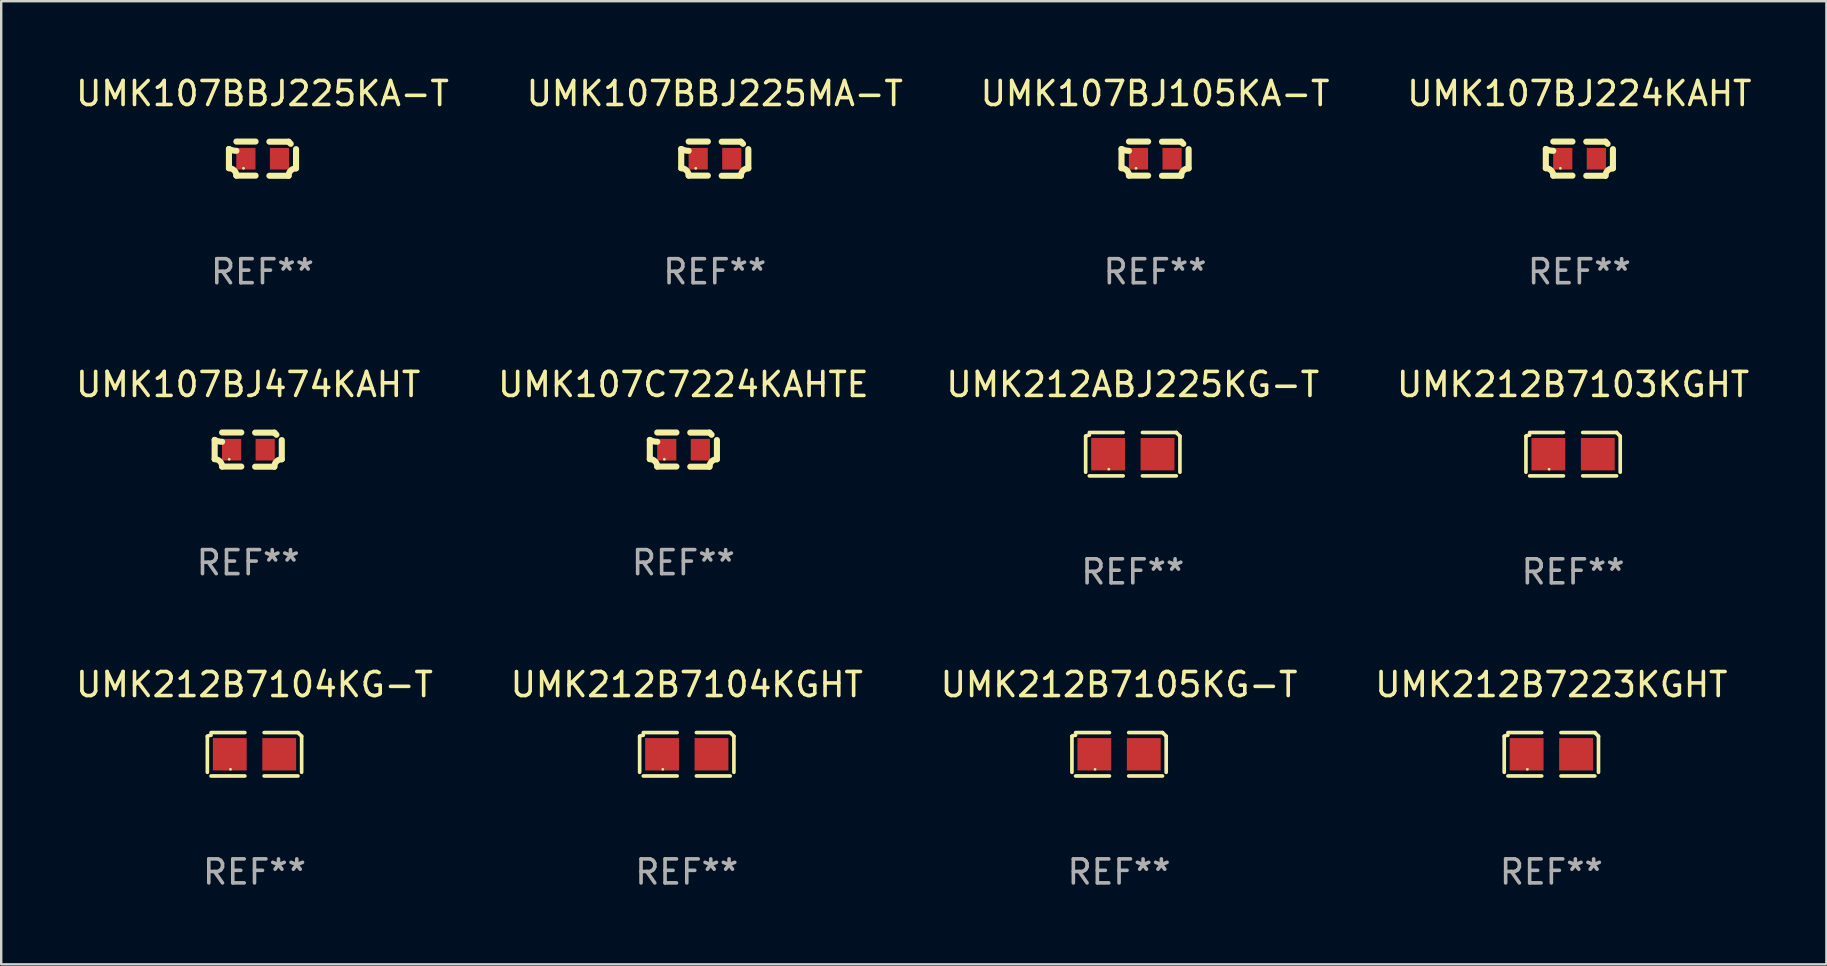
<source format=kicad_pcb>
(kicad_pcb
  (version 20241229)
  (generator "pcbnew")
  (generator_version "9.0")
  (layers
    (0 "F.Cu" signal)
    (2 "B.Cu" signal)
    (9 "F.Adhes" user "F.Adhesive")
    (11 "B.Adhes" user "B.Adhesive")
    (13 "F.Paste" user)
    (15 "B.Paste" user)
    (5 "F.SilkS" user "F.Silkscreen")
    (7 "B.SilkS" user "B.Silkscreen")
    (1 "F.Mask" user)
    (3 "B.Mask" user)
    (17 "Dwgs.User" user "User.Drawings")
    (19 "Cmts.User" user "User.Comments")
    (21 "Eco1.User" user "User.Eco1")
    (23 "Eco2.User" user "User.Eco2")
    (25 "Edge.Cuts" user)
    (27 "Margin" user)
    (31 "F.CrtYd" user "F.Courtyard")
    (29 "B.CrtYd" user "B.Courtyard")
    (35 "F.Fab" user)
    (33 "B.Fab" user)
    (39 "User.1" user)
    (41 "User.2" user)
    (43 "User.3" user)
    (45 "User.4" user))
  (footprint "UMK107C7224KAHTE"
    (layer "F.Cu")
    (at 25.423 15.683)
    (property "Reference" "UMK107C7224KAHTE" (at 0 -2.713 0) (layer "F.SilkS") (effects (font (size 1 1) (thickness 0.15))))
    (attr through_hole)
    (fp_line (start -1.398 -0.403) (end -1.398 0.397) (stroke (width 0.254) (type solid)) (layer "F.SilkS"))
    (fp_line (start -0.288 -0.713) (end -1.088 -0.713) (stroke (width 0.254) (type solid)) (layer "F.SilkS"))
    (fp_line (start -0.288 0.707) (end -1.088 0.707) (stroke (width 0.254) (type solid)) (layer "F.SilkS"))
    (fp_line (start 0.288 -0.707) (end 1.088 -0.707) (stroke (width 0.254) (type solid)) (layer "F.SilkS"))
    (fp_line (start 0.288 0.713) (end 1.088 0.713) (stroke (width 0.254) (type solid)) (layer "F.SilkS"))
    (fp_line (start 1.398 -0.397) (end 1.398 0.403) (stroke (width 0.254) (type solid)) (layer "F.SilkS"))
    (fp_arc (start -1.397789 0.397066) (mid -1.178701 0.487826) (end -1.08796 0.706922) (stroke (width 0.254001) (type solid)) (layer "F.SilkS"))
    (fp_arc (start -1.08796 -0.327176) (mid -1.247436 -0.346384) (end -1.39779 -0.402908) (stroke (width 0.254001) (type solid)) (layer "F.SilkS"))
    (fp_arc (start 1.087909 0.712738) (mid 1.178656 0.493655) (end 1.397739 0.402908) (stroke (width 0.254001) (type solid)) (layer "F.SilkS"))
    (fp_arc (start 1.175925 -0.618926) (mid 1.131917 -0.662923) (end 1.08791 -0.706922) (stroke (width 0.254001) (type solid)) (layer "F.SilkS"))
    (fp_circle (center -0.792 0.403) (end -0.762 0.403) (stroke (width 0.06) (type solid)) (fill no) (layer "F.SilkS"))
    (fp_text user "REF**" (at 0 4.713 0) (layer "F.Fab") (effects (font (size 1 1) (thickness 0.15))))
    (pad "1" smd rect (at -0.692 0.003) (size 0.8 0.9) (layers "F.Cu" "F.Mask" "F.Paste"))
    (pad "2" smd rect (at 0.708 0.003) (size 0.8 0.9) (layers "F.Cu" "F.Mask" "F.Paste")))
  (footprint "UMK107BBJ225MA-T"
    (layer "F.Cu")
    (at 26.732 3.561)
    (property "Reference" "UMK107BBJ225MA-T" (at 0 -2.713 0) (layer "F.SilkS") (effects (font (size 1 1) (thickness 0.15))))
    (attr through_hole)
    (fp_line (start -1.398 -0.403) (end -1.398 0.397) (stroke (width 0.254) (type solid)) (layer "F.SilkS"))
    (fp_line (start -0.288 -0.713) (end -1.088 -0.713) (stroke (width 0.254) (type solid)) (layer "F.SilkS"))
    (fp_line (start -0.288 0.707) (end -1.088 0.707) (stroke (width 0.254) (type solid)) (layer "F.SilkS"))
    (fp_line (start 0.288 -0.707) (end 1.088 -0.707) (stroke (width 0.254) (type solid)) (layer "F.SilkS"))
    (fp_line (start 0.288 0.713) (end 1.088 0.713) (stroke (width 0.254) (type solid)) (layer "F.SilkS"))
    (fp_line (start 1.398 -0.397) (end 1.398 0.403) (stroke (width 0.254) (type solid)) (layer "F.SilkS"))
    (fp_arc (start -1.397789 0.397066) (mid -1.178701 0.487826) (end -1.08796 0.706922) (stroke (width 0.254001) (type solid)) (layer "F.SilkS"))
    (fp_arc (start -1.08796 -0.327176) (mid -1.247436 -0.346384) (end -1.39779 -0.402908) (stroke (width 0.254001) (type solid)) (layer "F.SilkS"))
    (fp_arc (start 1.087909 0.712738) (mid 1.178656 0.493655) (end 1.397739 0.402908) (stroke (width 0.254001) (type solid)) (layer "F.SilkS"))
    (fp_arc (start 1.175925 -0.618926) (mid 1.131917 -0.662923) (end 1.08791 -0.706922) (stroke (width 0.254001) (type solid)) (layer "F.SilkS"))
    (fp_circle (center -0.792 0.403) (end -0.762 0.403) (stroke (width 0.06) (type solid)) (fill no) (layer "F.SilkS"))
    (fp_text user "REF**" (at 0 4.713 0) (layer "F.Fab") (effects (font (size 1 1) (thickness 0.15))))
    (pad "1" smd rect (at -0.692 0.003) (size 0.8 0.9) (layers "F.Cu" "F.Mask" "F.Paste"))
    (pad "2" smd rect (at 0.708 0.003) (size 0.8 0.9) (layers "F.Cu" "F.Mask" "F.Paste")))
  (footprint "UMK212B7223KGHT"
    (layer "F.Cu")
    (at 61.589 28.378)
    (property "Reference" "UMK212B7223KGHT" (at 0 -2.904 0) (layer "F.SilkS") (effects (font (size 1 1) (thickness 0.15))))
    (attr through_hole)
    (fp_line (start -1.964 0.751) (end -1.964 -0.751) (stroke (width 0.152) (type solid)) (layer "F.SilkS"))
    (fp_line (start -1.811 -0.904) (end -0.401 -0.904) (stroke (width 0.152) (type solid)) (layer "F.SilkS"))
    (fp_line (start -0.401 0.904) (end -1.811 0.904) (stroke (width 0.152) (type solid)) (layer "F.SilkS"))
    (fp_line (start 0.401 0.904) (end 1.811 0.904) (stroke (width 0.152) (type solid)) (layer "F.SilkS"))
    (fp_line (start 1.811 -0.904) (end 0.401 -0.904) (stroke (width 0.152) (type solid)) (layer "F.SilkS"))
    (fp_line (start 1.964 0.751) (end 1.964 -0.751) (stroke (width 0.152) (type solid)) (layer "F.SilkS"))
    (fp_arc (start -1.963602 -0.751207) (mid -1.890354 -0.783131) (end -1.811201 -0.794044) (stroke (width 0.1524) (type solid)) (layer "F.SilkS"))
    (fp_arc (start 1.811202 -0.903607) (mid 1.887413 -0.827418) (end 1.963602 -0.751207) (stroke (width 0.1524) (type solid)) (layer "F.SilkS"))
    (fp_circle (center -1 0.625) (end -0.97 0.625) (stroke (width 0.06) (type solid)) (fill no) (layer "F.SilkS"))
    (fp_text user "REF**" (at 0 4.904 0) (layer "F.Fab") (effects (font (size 1 1) (thickness 0.15))))
    (pad "1" smd rect (at -1.03 0) (size 1.41 1.35) (layers "F.Cu" "F.Mask" "F.Paste"))
    (pad "2" smd rect (at 1.03 0) (size 1.41 1.35) (layers "F.Cu" "F.Mask" "F.Paste")))
  (footprint "UMK212ABJ225KG-T"
    (layer "F.Cu")
    (at 44.149 15.874)
    (property "Reference" "UMK212ABJ225KG-T" (at 0 -2.904 0) (layer "F.SilkS") (effects (font (size 1 1) (thickness 0.15))))
    (attr through_hole)
    (fp_line (start -1.964 0.751) (end -1.964 -0.751) (stroke (width 0.152) (type solid)) (layer "F.SilkS"))
    (fp_line (start -1.811 -0.904) (end -0.401 -0.904) (stroke (width 0.152) (type solid)) (layer "F.SilkS"))
    (fp_line (start -0.401 0.904) (end -1.811 0.904) (stroke (width 0.152) (type solid)) (layer "F.SilkS"))
    (fp_line (start 0.401 0.904) (end 1.811 0.904) (stroke (width 0.152) (type solid)) (layer "F.SilkS"))
    (fp_line (start 1.811 -0.904) (end 0.401 -0.904) (stroke (width 0.152) (type solid)) (layer "F.SilkS"))
    (fp_line (start 1.964 0.751) (end 1.964 -0.751) (stroke (width 0.152) (type solid)) (layer "F.SilkS"))
    (fp_arc (start -1.963602 -0.751207) (mid -1.890354 -0.783131) (end -1.811201 -0.794044) (stroke (width 0.1524) (type solid)) (layer "F.SilkS"))
    (fp_arc (start 1.811202 -0.903607) (mid 1.887413 -0.827418) (end 1.963602 -0.751207) (stroke (width 0.1524) (type solid)) (layer "F.SilkS"))
    (fp_circle (center -1 0.625) (end -0.97 0.625) (stroke (width 0.06) (type solid)) (fill no) (layer "F.SilkS"))
    (fp_text user "REF**" (at 0 4.904 0) (layer "F.Fab") (effects (font (size 1 1) (thickness 0.15))))
    (pad "1" smd rect (at -1.03 0) (size 1.41 1.35) (layers "F.Cu" "F.Mask" "F.Paste"))
    (pad "2" smd rect (at 1.03 0) (size 1.41 1.35) (layers "F.Cu" "F.Mask" "F.Paste")))
  (footprint "UMK212B7104KGHT"
    (layer "F.Cu")
    (at 25.565 28.378)
    (property "Reference" "UMK212B7104KGHT" (at 0 -2.904 0) (layer "F.SilkS") (effects (font (size 1 1) (thickness 0.15))))
    (attr through_hole)
    (fp_line (start -1.964 0.751) (end -1.964 -0.751) (stroke (width 0.152) (type solid)) (layer "F.SilkS"))
    (fp_line (start -1.811 -0.904) (end -0.401 -0.904) (stroke (width 0.152) (type solid)) (layer "F.SilkS"))
    (fp_line (start -0.401 0.904) (end -1.811 0.904) (stroke (width 0.152) (type solid)) (layer "F.SilkS"))
    (fp_line (start 0.401 0.904) (end 1.811 0.904) (stroke (width 0.152) (type solid)) (layer "F.SilkS"))
    (fp_line (start 1.811 -0.904) (end 0.401 -0.904) (stroke (width 0.152) (type solid)) (layer "F.SilkS"))
    (fp_line (start 1.964 0.751) (end 1.964 -0.751) (stroke (width 0.152) (type solid)) (layer "F.SilkS"))
    (fp_arc (start -1.963602 -0.751207) (mid -1.890354 -0.783131) (end -1.811201 -0.794044) (stroke (width 0.1524) (type solid)) (layer "F.SilkS"))
    (fp_arc (start 1.811202 -0.903607) (mid 1.887413 -0.827418) (end 1.963602 -0.751207) (stroke (width 0.1524) (type solid)) (layer "F.SilkS"))
    (fp_circle (center -1 0.625) (end -0.97 0.625) (stroke (width 0.06) (type solid)) (fill no) (layer "F.SilkS"))
    (fp_text user "REF**" (at 0 4.904 0) (layer "F.Fab") (effects (font (size 1 1) (thickness 0.15))))
    (pad "1" smd rect (at -1.03 0) (size 1.41 1.35) (layers "F.Cu" "F.Mask" "F.Paste"))
    (pad "2" smd rect (at 1.03 0) (size 1.41 1.35) (layers "F.Cu" "F.Mask" "F.Paste")))
  (footprint "UMK107BBJ225KA-T"
    (layer "F.Cu")
    (at 7.887 3.561)
    (property "Reference" "UMK107BBJ225KA-T" (at 0 -2.713 0) (layer "F.SilkS") (effects (font (size 1 1) (thickness 0.15))))
    (attr through_hole)
    (fp_line (start -1.398 -0.403) (end -1.398 0.397) (stroke (width 0.254) (type solid)) (layer "F.SilkS"))
    (fp_line (start -0.288 -0.713) (end -1.088 -0.713) (stroke (width 0.254) (type solid)) (layer "F.SilkS"))
    (fp_line (start -0.288 0.707) (end -1.088 0.707) (stroke (width 0.254) (type solid)) (layer "F.SilkS"))
    (fp_line (start 0.288 -0.707) (end 1.088 -0.707) (stroke (width 0.254) (type solid)) (layer "F.SilkS"))
    (fp_line (start 0.288 0.713) (end 1.088 0.713) (stroke (width 0.254) (type solid)) (layer "F.SilkS"))
    (fp_line (start 1.398 -0.397) (end 1.398 0.403) (stroke (width 0.254) (type solid)) (layer "F.SilkS"))
    (fp_arc (start -1.397789 0.397066) (mid -1.178701 0.487826) (end -1.08796 0.706922) (stroke (width 0.254001) (type solid)) (layer "F.SilkS"))
    (fp_arc (start -1.08796 -0.327176) (mid -1.247436 -0.346384) (end -1.39779 -0.402908) (stroke (width 0.254001) (type solid)) (layer "F.SilkS"))
    (fp_arc (start 1.087909 0.712738) (mid 1.178656 0.493655) (end 1.397739 0.402908) (stroke (width 0.254001) (type solid)) (layer "F.SilkS"))
    (fp_arc (start 1.175925 -0.618926) (mid 1.131917 -0.662923) (end 1.08791 -0.706922) (stroke (width 0.254001) (type solid)) (layer "F.SilkS"))
    (fp_circle (center -0.792 0.403) (end -0.762 0.403) (stroke (width 0.06) (type solid)) (fill no) (layer "F.SilkS"))
    (fp_text user "REF**" (at 0 4.713 0) (layer "F.Fab") (effects (font (size 1 1) (thickness 0.15))))
    (pad "1" smd rect (at -0.692 0.003) (size 0.8 0.9) (layers "F.Cu" "F.Mask" "F.Paste"))
    (pad "2" smd rect (at 0.708 0.003) (size 0.8 0.9) (layers "F.Cu" "F.Mask" "F.Paste")))
  (footprint "UMK212B7105KG-T"
    (layer "F.Cu")
    (at 43.577 28.378)
    (property "Reference" "UMK212B7105KG-T" (at 0 -2.904 0) (layer "F.SilkS") (effects (font (size 1 1) (thickness 0.15))))
    (attr through_hole)
    (fp_line (start -1.964 0.751) (end -1.964 -0.751) (stroke (width 0.152) (type solid)) (layer "F.SilkS"))
    (fp_line (start -1.811 -0.904) (end -0.401 -0.904) (stroke (width 0.152) (type solid)) (layer "F.SilkS"))
    (fp_line (start -0.401 0.904) (end -1.811 0.904) (stroke (width 0.152) (type solid)) (layer "F.SilkS"))
    (fp_line (start 0.401 0.904) (end 1.811 0.904) (stroke (width 0.152) (type solid)) (layer "F.SilkS"))
    (fp_line (start 1.811 -0.904) (end 0.401 -0.904) (stroke (width 0.152) (type solid)) (layer "F.SilkS"))
    (fp_line (start 1.964 0.751) (end 1.964 -0.751) (stroke (width 0.152) (type solid)) (layer "F.SilkS"))
    (fp_arc (start -1.963602 -0.751207) (mid -1.890354 -0.783131) (end -1.811201 -0.794044) (stroke (width 0.1524) (type solid)) (layer "F.SilkS"))
    (fp_arc (start 1.811202 -0.903607) (mid 1.887413 -0.827418) (end 1.963602 -0.751207) (stroke (width 0.1524) (type solid)) (layer "F.SilkS"))
    (fp_circle (center -1 0.625) (end -0.97 0.625) (stroke (width 0.06) (type solid)) (fill no) (layer "F.SilkS"))
    (fp_text user "REF**" (at 0 4.904 0) (layer "F.Fab") (effects (font (size 1 1) (thickness 0.15))))
    (pad "1" smd rect (at -1.03 0) (size 1.41 1.35) (layers "F.Cu" "F.Mask" "F.Paste"))
    (pad "2" smd rect (at 1.03 0) (size 1.41 1.35) (layers "F.Cu" "F.Mask" "F.Paste")))
  (footprint "UMK107BJ224KAHT"
    (layer "F.Cu")
    (at 62.756 3.561)
    (property "Reference" "UMK107BJ224KAHT" (at 0 -2.713 0) (layer "F.SilkS") (effects (font (size 1 1) (thickness 0.15))))
    (attr through_hole)
    (fp_line (start -1.398 -0.403) (end -1.398 0.397) (stroke (width 0.254) (type solid)) (layer "F.SilkS"))
    (fp_line (start -0.288 -0.713) (end -1.088 -0.713) (stroke (width 0.254) (type solid)) (layer "F.SilkS"))
    (fp_line (start -0.288 0.707) (end -1.088 0.707) (stroke (width 0.254) (type solid)) (layer "F.SilkS"))
    (fp_line (start 0.288 -0.707) (end 1.088 -0.707) (stroke (width 0.254) (type solid)) (layer "F.SilkS"))
    (fp_line (start 0.288 0.713) (end 1.088 0.713) (stroke (width 0.254) (type solid)) (layer "F.SilkS"))
    (fp_line (start 1.398 -0.397) (end 1.398 0.403) (stroke (width 0.254) (type solid)) (layer "F.SilkS"))
    (fp_arc (start -1.397789 0.397066) (mid -1.178701 0.487826) (end -1.08796 0.706922) (stroke (width 0.254001) (type solid)) (layer "F.SilkS"))
    (fp_arc (start -1.08796 -0.327176) (mid -1.247436 -0.346384) (end -1.39779 -0.402908) (stroke (width 0.254001) (type solid)) (layer "F.SilkS"))
    (fp_arc (start 1.087909 0.712738) (mid 1.178656 0.493655) (end 1.397739 0.402908) (stroke (width 0.254001) (type solid)) (layer "F.SilkS"))
    (fp_arc (start 1.175925 -0.618926) (mid 1.131917 -0.662923) (end 1.08791 -0.706922) (stroke (width 0.254001) (type solid)) (layer "F.SilkS"))
    (fp_circle (center -0.792 0.403) (end -0.762 0.403) (stroke (width 0.06) (type solid)) (fill no) (layer "F.SilkS"))
    (fp_text user "REF**" (at 0 4.713 0) (layer "F.Fab") (effects (font (size 1 1) (thickness 0.15))))
    (pad "1" smd rect (at -0.692 0.003) (size 0.8 0.9) (layers "F.Cu" "F.Mask" "F.Paste"))
    (pad "2" smd rect (at 0.708 0.003) (size 0.8 0.9) (layers "F.Cu" "F.Mask" "F.Paste")))
  (footprint "UMK212B7103KGHT"
    (layer "F.Cu")
    (at 62.494 15.874)
    (property "Reference" "UMK212B7103KGHT" (at 0 -2.904 0) (layer "F.SilkS") (effects (font (size 1 1) (thickness 0.15))))
    (attr through_hole)
    (fp_line (start -1.964 0.751) (end -1.964 -0.751) (stroke (width 0.152) (type solid)) (layer "F.SilkS"))
    (fp_line (start -1.811 -0.904) (end -0.401 -0.904) (stroke (width 0.152) (type solid)) (layer "F.SilkS"))
    (fp_line (start -0.401 0.904) (end -1.811 0.904) (stroke (width 0.152) (type solid)) (layer "F.SilkS"))
    (fp_line (start 0.401 0.904) (end 1.811 0.904) (stroke (width 0.152) (type solid)) (layer "F.SilkS"))
    (fp_line (start 1.811 -0.904) (end 0.401 -0.904) (stroke (width 0.152) (type solid)) (layer "F.SilkS"))
    (fp_line (start 1.964 0.751) (end 1.964 -0.751) (stroke (width 0.152) (type solid)) (layer "F.SilkS"))
    (fp_arc (start -1.963602 -0.751207) (mid -1.890354 -0.783131) (end -1.811201 -0.794044) (stroke (width 0.1524) (type solid)) (layer "F.SilkS"))
    (fp_arc (start 1.811202 -0.903607) (mid 1.887413 -0.827418) (end 1.963602 -0.751207) (stroke (width 0.1524) (type solid)) (layer "F.SilkS"))
    (fp_circle (center -1 0.625) (end -0.97 0.625) (stroke (width 0.06) (type solid)) (fill no) (layer "F.SilkS"))
    (fp_text user "REF**" (at 0 4.904 0) (layer "F.Fab") (effects (font (size 1 1) (thickness 0.15))))
    (pad "1" smd rect (at -1.03 0) (size 1.41 1.35) (layers "F.Cu" "F.Mask" "F.Paste"))
    (pad "2" smd rect (at 1.03 0) (size 1.41 1.35) (layers "F.Cu" "F.Mask" "F.Paste")))
  (footprint "UMK107BJ474KAHT"
    (layer "F.Cu")
    (at 7.292 15.683)
    (property "Reference" "UMK107BJ474KAHT" (at 0 -2.713 0) (layer "F.SilkS") (effects (font (size 1 1) (thickness 0.15))))
    (attr through_hole)
    (fp_line (start -1.398 -0.403) (end -1.398 0.397) (stroke (width 0.254) (type solid)) (layer "F.SilkS"))
    (fp_line (start -0.288 -0.713) (end -1.088 -0.713) (stroke (width 0.254) (type solid)) (layer "F.SilkS"))
    (fp_line (start -0.288 0.707) (end -1.088 0.707) (stroke (width 0.254) (type solid)) (layer "F.SilkS"))
    (fp_line (start 0.288 -0.707) (end 1.088 -0.707) (stroke (width 0.254) (type solid)) (layer "F.SilkS"))
    (fp_line (start 0.288 0.713) (end 1.088 0.713) (stroke (width 0.254) (type solid)) (layer "F.SilkS"))
    (fp_line (start 1.398 -0.397) (end 1.398 0.403) (stroke (width 0.254) (type solid)) (layer "F.SilkS"))
    (fp_arc (start -1.397789 0.397066) (mid -1.178701 0.487826) (end -1.08796 0.706922) (stroke (width 0.254001) (type solid)) (layer "F.SilkS"))
    (fp_arc (start -1.08796 -0.327176) (mid -1.247436 -0.346384) (end -1.39779 -0.402908) (stroke (width 0.254001) (type solid)) (layer "F.SilkS"))
    (fp_arc (start 1.087909 0.712738) (mid 1.178656 0.493655) (end 1.397739 0.402908) (stroke (width 0.254001) (type solid)) (layer "F.SilkS"))
    (fp_arc (start 1.175925 -0.618926) (mid 1.131917 -0.662923) (end 1.08791 -0.706922) (stroke (width 0.254001) (type solid)) (layer "F.SilkS"))
    (fp_circle (center -0.792 0.403) (end -0.762 0.403) (stroke (width 0.06) (type solid)) (fill no) (layer "F.SilkS"))
    (fp_text user "REF**" (at 0 4.713 0) (layer "F.Fab") (effects (font (size 1 1) (thickness 0.15))))
    (pad "1" smd rect (at -0.692 0.003) (size 0.8 0.9) (layers "F.Cu" "F.Mask" "F.Paste"))
    (pad "2" smd rect (at 0.708 0.003) (size 0.8 0.9) (layers "F.Cu" "F.Mask" "F.Paste")))
  (footprint "UMK212B7104KG-T"
    (layer "F.Cu")
    (at 7.554 28.378)
    (property "Reference" "UMK212B7104KG-T" (at 0 -2.904 0) (layer "F.SilkS") (effects (font (size 1 1) (thickness 0.15))))
    (attr through_hole)
    (fp_line (start -1.964 0.751) (end -1.964 -0.751) (stroke (width 0.152) (type solid)) (layer "F.SilkS"))
    (fp_line (start -1.811 -0.904) (end -0.401 -0.904) (stroke (width 0.152) (type solid)) (layer "F.SilkS"))
    (fp_line (start -0.401 0.904) (end -1.811 0.904) (stroke (width 0.152) (type solid)) (layer "F.SilkS"))
    (fp_line (start 0.401 0.904) (end 1.811 0.904) (stroke (width 0.152) (type solid)) (layer "F.SilkS"))
    (fp_line (start 1.811 -0.904) (end 0.401 -0.904) (stroke (width 0.152) (type solid)) (layer "F.SilkS"))
    (fp_line (start 1.964 0.751) (end 1.964 -0.751) (stroke (width 0.152) (type solid)) (layer "F.SilkS"))
    (fp_arc (start -1.963602 -0.751207) (mid -1.890354 -0.783131) (end -1.811201 -0.794044) (stroke (width 0.1524) (type solid)) (layer "F.SilkS"))
    (fp_arc (start 1.811202 -0.903607) (mid 1.887413 -0.827418) (end 1.963602 -0.751207) (stroke (width 0.1524) (type solid)) (layer "F.SilkS"))
    (fp_circle (center -1 0.625) (end -0.97 0.625) (stroke (width 0.06) (type solid)) (fill no) (layer "F.SilkS"))
    (fp_text user "REF**" (at 0 4.904 0) (layer "F.Fab") (effects (font (size 1 1) (thickness 0.15))))
    (pad "1" smd rect (at -1.03 0) (size 1.41 1.35) (layers "F.Cu" "F.Mask" "F.Paste"))
    (pad "2" smd rect (at 1.03 0) (size 1.41 1.35) (layers "F.Cu" "F.Mask" "F.Paste")))
  (footprint "UMK107BJ105KA-T"
    (layer "F.Cu")
    (at 45.077 3.561)
    (property "Reference" "UMK107BJ105KA-T" (at 0 -2.713 0) (layer "F.SilkS") (effects (font (size 1 1) (thickness 0.15))))
    (attr through_hole)
    (fp_line (start -1.398 -0.403) (end -1.398 0.397) (stroke (width 0.254) (type solid)) (layer "F.SilkS"))
    (fp_line (start -0.288 -0.713) (end -1.088 -0.713) (stroke (width 0.254) (type solid)) (layer "F.SilkS"))
    (fp_line (start -0.288 0.707) (end -1.088 0.707) (stroke (width 0.254) (type solid)) (layer "F.SilkS"))
    (fp_line (start 0.288 -0.707) (end 1.088 -0.707) (stroke (width 0.254) (type solid)) (layer "F.SilkS"))
    (fp_line (start 0.288 0.713) (end 1.088 0.713) (stroke (width 0.254) (type solid)) (layer "F.SilkS"))
    (fp_line (start 1.398 -0.397) (end 1.398 0.403) (stroke (width 0.254) (type solid)) (layer "F.SilkS"))
    (fp_arc (start -1.397789 0.397066) (mid -1.178701 0.487826) (end -1.08796 0.706922) (stroke (width 0.254001) (type solid)) (layer "F.SilkS"))
    (fp_arc (start -1.08796 -0.327176) (mid -1.247436 -0.346384) (end -1.39779 -0.402908) (stroke (width 0.254001) (type solid)) (layer "F.SilkS"))
    (fp_arc (start 1.087909 0.712738) (mid 1.178656 0.493655) (end 1.397739 0.402908) (stroke (width 0.254001) (type solid)) (layer "F.SilkS"))
    (fp_arc (start 1.175925 -0.618926) (mid 1.131917 -0.662923) (end 1.08791 -0.706922) (stroke (width 0.254001) (type solid)) (layer "F.SilkS"))
    (fp_circle (center -0.792 0.403) (end -0.762 0.403) (stroke (width 0.06) (type solid)) (fill no) (layer "F.SilkS"))
    (fp_text user "REF**" (at 0 4.713 0) (layer "F.Fab") (effects (font (size 1 1) (thickness 0.15))))
    (pad "1" smd rect (at -0.692 0.003) (size 0.8 0.9) (layers "F.Cu" "F.Mask" "F.Paste"))
    (pad "2" smd rect (at 0.708 0.003) (size 0.8 0.9) (layers "F.Cu" "F.Mask" "F.Paste")))
  (gr_rect
    (start -3 -3)
    (end 73.048 37.129)
    (stroke (width 0.1) (type default))
    (fill no)
    (layer "Edge.Cuts")))
</source>
